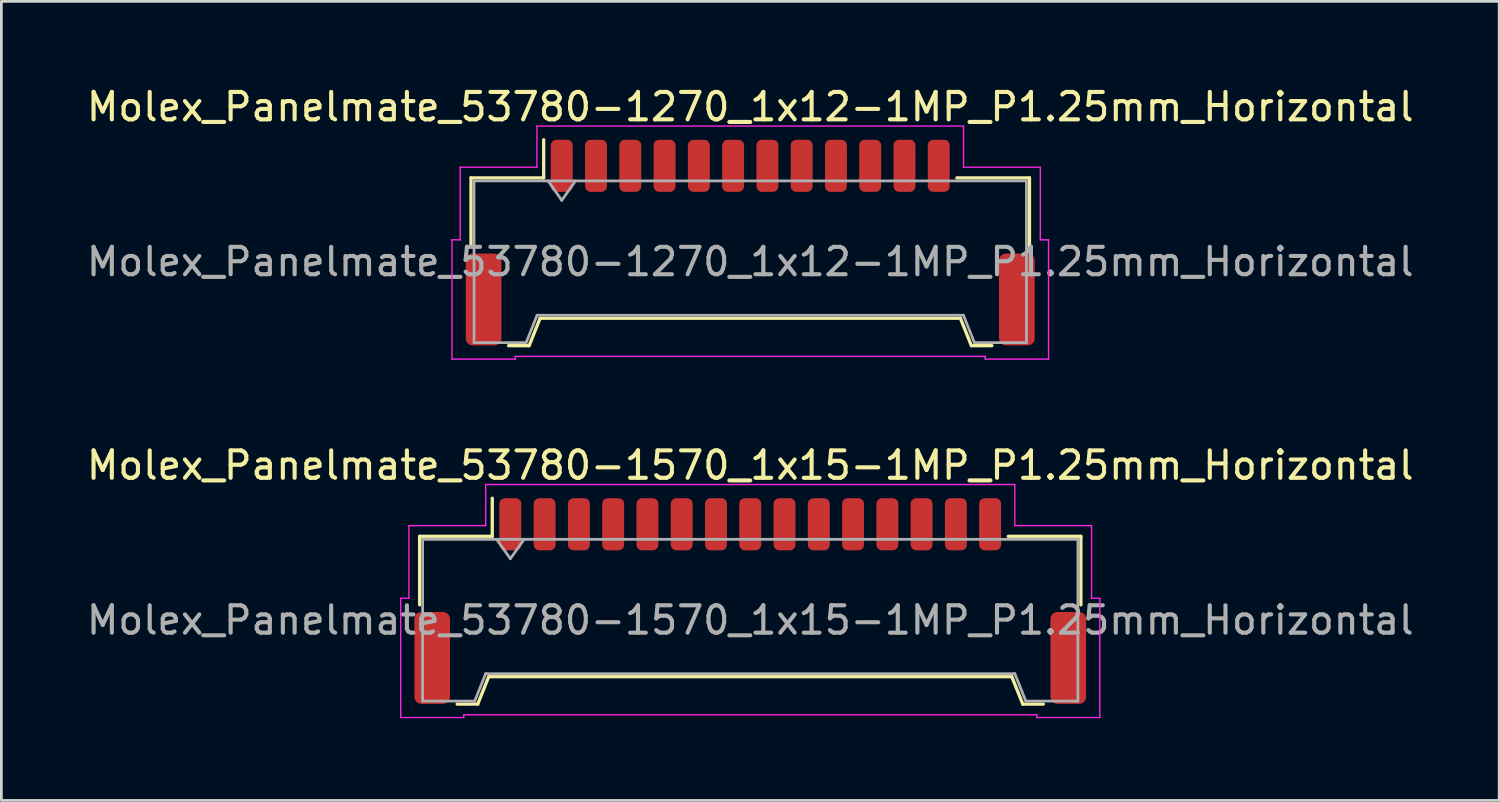
<source format=kicad_pcb>
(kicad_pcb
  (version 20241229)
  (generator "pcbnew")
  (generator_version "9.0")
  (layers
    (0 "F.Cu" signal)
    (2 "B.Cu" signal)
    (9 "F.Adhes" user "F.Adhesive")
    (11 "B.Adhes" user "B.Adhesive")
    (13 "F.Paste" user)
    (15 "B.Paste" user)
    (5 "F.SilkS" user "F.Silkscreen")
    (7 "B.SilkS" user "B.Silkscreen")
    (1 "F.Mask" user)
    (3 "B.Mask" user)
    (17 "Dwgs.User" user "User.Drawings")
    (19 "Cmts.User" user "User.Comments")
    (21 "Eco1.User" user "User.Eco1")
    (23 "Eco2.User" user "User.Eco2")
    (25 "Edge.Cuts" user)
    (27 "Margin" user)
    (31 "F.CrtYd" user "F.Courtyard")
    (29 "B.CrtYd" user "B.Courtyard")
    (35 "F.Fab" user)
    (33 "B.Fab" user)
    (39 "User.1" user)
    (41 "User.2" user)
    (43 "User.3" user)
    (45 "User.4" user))
  (footprint "Molex_Panelmate_53780-1570_1x15-1MP_P1.25mm_Horizontal"
    (layer "F.Cu")
    (at 24.315 18.872)
    (property "Reference" "Molex_Panelmate_53780-1570_1x15-1MP_P1.25mm_Horizontal" (at 0 -4.95 0) (layer "F.SilkS") (effects (font (size 1 1) (thickness 0.15))))
    (attr smd)
    (fp_line (start -12.06 -2.36) (end -9.41 -2.36) (stroke (width 0.12) (type solid)) (layer "F.SilkS"))
    (fp_line (start -12.06 0.14) (end -12.06 -2.36) (stroke (width 0.12) (type solid)) (layer "F.SilkS"))
    (fp_line (start -10.69 3.76) (end -9.94 3.76) (stroke (width 0.12) (type solid)) (layer "F.SilkS"))
    (fp_line (start -9.94 3.76) (end -9.54 2.76) (stroke (width 0.12) (type solid)) (layer "F.SilkS"))
    (fp_line (start -9.54 2.76) (end 9.54 2.76) (stroke (width 0.12) (type solid)) (layer "F.SilkS"))
    (fp_line (start -9.41 -2.36) (end -9.41 -3.75) (stroke (width 0.12) (type solid)) (layer "F.SilkS"))
    (fp_line (start 9.54 2.76) (end 9.94 3.76) (stroke (width 0.12) (type solid)) (layer "F.SilkS"))
    (fp_line (start 9.94 3.76) (end 10.69 3.76) (stroke (width 0.12) (type solid)) (layer "F.SilkS"))
    (fp_line (start 12.06 -2.36) (end 9.41 -2.36) (stroke (width 0.12) (type solid)) (layer "F.SilkS"))
    (fp_line (start 12.06 0.14) (end 12.06 -2.36) (stroke (width 0.12) (type solid)) (layer "F.SilkS"))
    (fp_line (start -12.75 -0.1) (end -12.45 -0.1) (stroke (width 0.05) (type solid)) (layer "F.CrtYd"))
    (fp_line (start -12.75 4.25) (end -12.75 -0.1) (stroke (width 0.05) (type solid)) (layer "F.CrtYd"))
    (fp_line (start -12.45 -2.75) (end -9.65 -2.75) (stroke (width 0.05) (type solid)) (layer "F.CrtYd"))
    (fp_line (start -12.45 -0.1) (end -12.45 -2.75) (stroke (width 0.05) (type solid)) (layer "F.CrtYd"))
    (fp_line (start -10.45 4.15) (end -10.45 4.25) (stroke (width 0.05) (type solid)) (layer "F.CrtYd"))
    (fp_line (start -10.45 4.25) (end -12.75 4.25) (stroke (width 0.05) (type solid)) (layer "F.CrtYd"))
    (fp_line (start -9.65 -4.25) (end 9.65 -4.25) (stroke (width 0.05) (type solid)) (layer "F.CrtYd"))
    (fp_line (start -9.65 -2.75) (end -9.65 -4.25) (stroke (width 0.05) (type solid)) (layer "F.CrtYd"))
    (fp_line (start 9.65 -4.25) (end 9.65 -2.75) (stroke (width 0.05) (type solid)) (layer "F.CrtYd"))
    (fp_line (start 9.65 -2.75) (end 12.45 -2.75) (stroke (width 0.05) (type solid)) (layer "F.CrtYd"))
    (fp_line (start 10.45 4.15) (end -10.45 4.15) (stroke (width 0.05) (type solid)) (layer "F.CrtYd"))
    (fp_line (start 10.45 4.25) (end 10.45 4.15) (stroke (width 0.05) (type solid)) (layer "F.CrtYd"))
    (fp_line (start 12.45 -2.75) (end 12.45 -0.1) (stroke (width 0.05) (type solid)) (layer "F.CrtYd"))
    (fp_line (start 12.45 -0.1) (end 12.75 -0.1) (stroke (width 0.05) (type solid)) (layer "F.CrtYd"))
    (fp_line (start 12.75 -0.1) (end 12.75 4.25) (stroke (width 0.05) (type solid)) (layer "F.CrtYd"))
    (fp_line (start 12.75 4.25) (end 10.45 4.25) (stroke (width 0.05) (type solid)) (layer "F.CrtYd"))
    (fp_line (start -11.95 -2.25) (end -11.95 3.65) (stroke (width 0.1) (type solid)) (layer "F.Fab"))
    (fp_line (start -11.95 -2.25) (end 11.95 -2.25) (stroke (width 0.1) (type solid)) (layer "F.Fab"))
    (fp_line (start -11.95 3.65) (end -10.05 3.65) (stroke (width 0.1) (type solid)) (layer "F.Fab"))
    (fp_line (start -10.05 3.65) (end -9.65 2.65) (stroke (width 0.1) (type solid)) (layer "F.Fab"))
    (fp_line (start -9.65 2.65) (end 9.65 2.65) (stroke (width 0.1) (type solid)) (layer "F.Fab"))
    (fp_line (start -9.25 -2.25) (end -8.75 -1.543) (stroke (width 0.1) (type solid)) (layer "F.Fab"))
    (fp_line (start -8.75 -1.543) (end -8.25 -2.25) (stroke (width 0.1) (type solid)) (layer "F.Fab"))
    (fp_line (start 9.65 2.65) (end 10.05 3.65) (stroke (width 0.1) (type solid)) (layer "F.Fab"))
    (fp_line (start 10.05 3.65) (end 11.95 3.65) (stroke (width 0.1) (type solid)) (layer "F.Fab"))
    (fp_line (start 11.95 -2.25) (end 11.95 3.65) (stroke (width 0.1) (type solid)) (layer "F.Fab"))
    (fp_text user "${REFERENCE}" (at 0 0.7 0) (layer "F.Fab") (effects (font (size 1 1) (thickness 0.15))))
    (pad "1" smd roundrect (at -8.75 -2.8) (size 0.8 1.9) (layers "F.Cu" "F.Mask" "F.Paste") (roundrect_rratio 0.25))
    (pad "2" smd roundrect (at -7.5 -2.8) (size 0.8 1.9) (layers "F.Cu" "F.Mask" "F.Paste") (roundrect_rratio 0.25))
    (pad "3" smd roundrect (at -6.25 -2.8) (size 0.8 1.9) (layers "F.Cu" "F.Mask" "F.Paste") (roundrect_rratio 0.25))
    (pad "4" smd roundrect (at -5 -2.8) (size 0.8 1.9) (layers "F.Cu" "F.Mask" "F.Paste") (roundrect_rratio 0.25))
    (pad "5" smd roundrect (at -3.75 -2.8) (size 0.8 1.9) (layers "F.Cu" "F.Mask" "F.Paste") (roundrect_rratio 0.25))
    (pad "6" smd roundrect (at -2.5 -2.8) (size 0.8 1.9) (layers "F.Cu" "F.Mask" "F.Paste") (roundrect_rratio 0.25))
    (pad "7" smd roundrect (at -1.25 -2.8) (size 0.8 1.9) (layers "F.Cu" "F.Mask" "F.Paste") (roundrect_rratio 0.25))
    (pad "8" smd roundrect (at 0 -2.8) (size 0.8 1.9) (layers "F.Cu" "F.Mask" "F.Paste") (roundrect_rratio 0.25))
    (pad "9" smd roundrect (at 1.25 -2.8) (size 0.8 1.9) (layers "F.Cu" "F.Mask" "F.Paste") (roundrect_rratio 0.25))
    (pad "10" smd roundrect (at 2.5 -2.8) (size 0.8 1.9) (layers "F.Cu" "F.Mask" "F.Paste") (roundrect_rratio 0.25))
    (pad "11" smd roundrect (at 3.75 -2.8) (size 0.8 1.9) (layers "F.Cu" "F.Mask" "F.Paste") (roundrect_rratio 0.25))
    (pad "12" smd roundrect (at 5 -2.8) (size 0.8 1.9) (layers "F.Cu" "F.Mask" "F.Paste") (roundrect_rratio 0.25))
    (pad "13" smd roundrect (at 6.25 -2.8) (size 0.8 1.9) (layers "F.Cu" "F.Mask" "F.Paste") (roundrect_rratio 0.25))
    (pad "14" smd roundrect (at 7.5 -2.8) (size 0.8 1.9) (layers "F.Cu" "F.Mask" "F.Paste") (roundrect_rratio 0.25))
    (pad "15" smd roundrect (at 8.75 -2.8) (size 0.8 1.9) (layers "F.Cu" "F.Mask" "F.Paste") (roundrect_rratio 0.25))
    (pad "MP" smd roundrect (at -11.6 2.075) (size 1.3 3.35) (layers "F.Cu" "F.Mask" "F.Paste") (roundrect_rratio 0.192))
    (pad "MP" smd roundrect (at 11.6 2.075) (size 1.3 3.35) (layers "F.Cu" "F.Mask" "F.Paste") (roundrect_rratio 0.192)))
  (footprint "Molex_Panelmate_53780-1270_1x12-1MP_P1.25mm_Horizontal"
    (layer "F.Cu")
    (at 24.315 5.798)
    (property "Reference" "Molex_Panelmate_53780-1270_1x12-1MP_P1.25mm_Horizontal" (at 0 -4.95 0) (layer "F.SilkS") (effects (font (size 1 1) (thickness 0.15))))
    (attr smd)
    (fp_line (start -10.185 -2.36) (end -7.535 -2.36) (stroke (width 0.12) (type solid)) (layer "F.SilkS"))
    (fp_line (start -10.185 0.14) (end -10.185 -2.36) (stroke (width 0.12) (type solid)) (layer "F.SilkS"))
    (fp_line (start -8.815 3.76) (end -8.065 3.76) (stroke (width 0.12) (type solid)) (layer "F.SilkS"))
    (fp_line (start -8.065 3.76) (end -7.665 2.76) (stroke (width 0.12) (type solid)) (layer "F.SilkS"))
    (fp_line (start -7.665 2.76) (end 7.665 2.76) (stroke (width 0.12) (type solid)) (layer "F.SilkS"))
    (fp_line (start -7.535 -2.36) (end -7.535 -3.75) (stroke (width 0.12) (type solid)) (layer "F.SilkS"))
    (fp_line (start 7.665 2.76) (end 8.065 3.76) (stroke (width 0.12) (type solid)) (layer "F.SilkS"))
    (fp_line (start 8.065 3.76) (end 8.815 3.76) (stroke (width 0.12) (type solid)) (layer "F.SilkS"))
    (fp_line (start 10.185 -2.36) (end 7.535 -2.36) (stroke (width 0.12) (type solid)) (layer "F.SilkS"))
    (fp_line (start 10.185 0.14) (end 10.185 -2.36) (stroke (width 0.12) (type solid)) (layer "F.SilkS"))
    (fp_line (start -10.88 -0.1) (end -10.58 -0.1) (stroke (width 0.05) (type solid)) (layer "F.CrtYd"))
    (fp_line (start -10.88 4.25) (end -10.88 -0.1) (stroke (width 0.05) (type solid)) (layer "F.CrtYd"))
    (fp_line (start -10.58 -2.75) (end -7.78 -2.75) (stroke (width 0.05) (type solid)) (layer "F.CrtYd"))
    (fp_line (start -10.58 -0.1) (end -10.58 -2.75) (stroke (width 0.05) (type solid)) (layer "F.CrtYd"))
    (fp_line (start -8.57 4.15) (end -8.57 4.25) (stroke (width 0.05) (type solid)) (layer "F.CrtYd"))
    (fp_line (start -8.57 4.25) (end -10.88 4.25) (stroke (width 0.05) (type solid)) (layer "F.CrtYd"))
    (fp_line (start -7.78 -4.25) (end 7.78 -4.25) (stroke (width 0.05) (type solid)) (layer "F.CrtYd"))
    (fp_line (start -7.78 -2.75) (end -7.78 -4.25) (stroke (width 0.05) (type solid)) (layer "F.CrtYd"))
    (fp_line (start 7.78 -4.25) (end 7.78 -2.75) (stroke (width 0.05) (type solid)) (layer "F.CrtYd"))
    (fp_line (start 7.78 -2.75) (end 10.58 -2.75) (stroke (width 0.05) (type solid)) (layer "F.CrtYd"))
    (fp_line (start 8.57 4.15) (end -8.57 4.15) (stroke (width 0.05) (type solid)) (layer "F.CrtYd"))
    (fp_line (start 8.57 4.25) (end 8.57 4.15) (stroke (width 0.05) (type solid)) (layer "F.CrtYd"))
    (fp_line (start 10.58 -2.75) (end 10.58 -0.1) (stroke (width 0.05) (type solid)) (layer "F.CrtYd"))
    (fp_line (start 10.58 -0.1) (end 10.88 -0.1) (stroke (width 0.05) (type solid)) (layer "F.CrtYd"))
    (fp_line (start 10.88 -0.1) (end 10.88 4.25) (stroke (width 0.05) (type solid)) (layer "F.CrtYd"))
    (fp_line (start 10.88 4.25) (end 8.57 4.25) (stroke (width 0.05) (type solid)) (layer "F.CrtYd"))
    (fp_line (start -10.075 -2.25) (end -10.075 3.65) (stroke (width 0.1) (type solid)) (layer "F.Fab"))
    (fp_line (start -10.075 -2.25) (end 10.075 -2.25) (stroke (width 0.1) (type solid)) (layer "F.Fab"))
    (fp_line (start -10.075 3.65) (end -8.175 3.65) (stroke (width 0.1) (type solid)) (layer "F.Fab"))
    (fp_line (start -8.175 3.65) (end -7.775 2.65) (stroke (width 0.1) (type solid)) (layer "F.Fab"))
    (fp_line (start -7.775 2.65) (end 7.775 2.65) (stroke (width 0.1) (type solid)) (layer "F.Fab"))
    (fp_line (start -7.375 -2.25) (end -6.875 -1.543) (stroke (width 0.1) (type solid)) (layer "F.Fab"))
    (fp_line (start -6.875 -1.543) (end -6.375 -2.25) (stroke (width 0.1) (type solid)) (layer "F.Fab"))
    (fp_line (start 7.775 2.65) (end 8.175 3.65) (stroke (width 0.1) (type solid)) (layer "F.Fab"))
    (fp_line (start 8.175 3.65) (end 10.075 3.65) (stroke (width 0.1) (type solid)) (layer "F.Fab"))
    (fp_line (start 10.075 -2.25) (end 10.075 3.65) (stroke (width 0.1) (type solid)) (layer "F.Fab"))
    (fp_text user "${REFERENCE}" (at 0 0.7 0) (layer "F.Fab") (effects (font (size 1 1) (thickness 0.15))))
    (pad "1" smd roundrect (at -6.875 -2.8) (size 0.8 1.9) (layers "F.Cu" "F.Mask" "F.Paste") (roundrect_rratio 0.25))
    (pad "2" smd roundrect (at -5.625 -2.8) (size 0.8 1.9) (layers "F.Cu" "F.Mask" "F.Paste") (roundrect_rratio 0.25))
    (pad "3" smd roundrect (at -4.375 -2.8) (size 0.8 1.9) (layers "F.Cu" "F.Mask" "F.Paste") (roundrect_rratio 0.25))
    (pad "4" smd roundrect (at -3.125 -2.8) (size 0.8 1.9) (layers "F.Cu" "F.Mask" "F.Paste") (roundrect_rratio 0.25))
    (pad "5" smd roundrect (at -1.875 -2.8) (size 0.8 1.9) (layers "F.Cu" "F.Mask" "F.Paste") (roundrect_rratio 0.25))
    (pad "6" smd roundrect (at -0.625 -2.8) (size 0.8 1.9) (layers "F.Cu" "F.Mask" "F.Paste") (roundrect_rratio 0.25))
    (pad "7" smd roundrect (at 0.625 -2.8) (size 0.8 1.9) (layers "F.Cu" "F.Mask" "F.Paste") (roundrect_rratio 0.25))
    (pad "8" smd roundrect (at 1.875 -2.8) (size 0.8 1.9) (layers "F.Cu" "F.Mask" "F.Paste") (roundrect_rratio 0.25))
    (pad "9" smd roundrect (at 3.125 -2.8) (size 0.8 1.9) (layers "F.Cu" "F.Mask" "F.Paste") (roundrect_rratio 0.25))
    (pad "10" smd roundrect (at 4.375 -2.8) (size 0.8 1.9) (layers "F.Cu" "F.Mask" "F.Paste") (roundrect_rratio 0.25))
    (pad "11" smd roundrect (at 5.625 -2.8) (size 0.8 1.9) (layers "F.Cu" "F.Mask" "F.Paste") (roundrect_rratio 0.25))
    (pad "12" smd roundrect (at 6.875 -2.8) (size 0.8 1.9) (layers "F.Cu" "F.Mask" "F.Paste") (roundrect_rratio 0.25))
    (pad "MP" smd roundrect (at -9.725 2.075) (size 1.3 3.35) (layers "F.Cu" "F.Mask" "F.Paste") (roundrect_rratio 0.192))
    (pad "MP" smd roundrect (at 9.725 2.075) (size 1.3 3.35) (layers "F.Cu" "F.Mask" "F.Paste") (roundrect_rratio 0.192)))
  (gr_rect
    (start -3 -3)
    (end 51.631 26.146)
    (stroke (width 0.1) (type default))
    (fill no)
    (layer "Edge.Cuts")))
</source>
